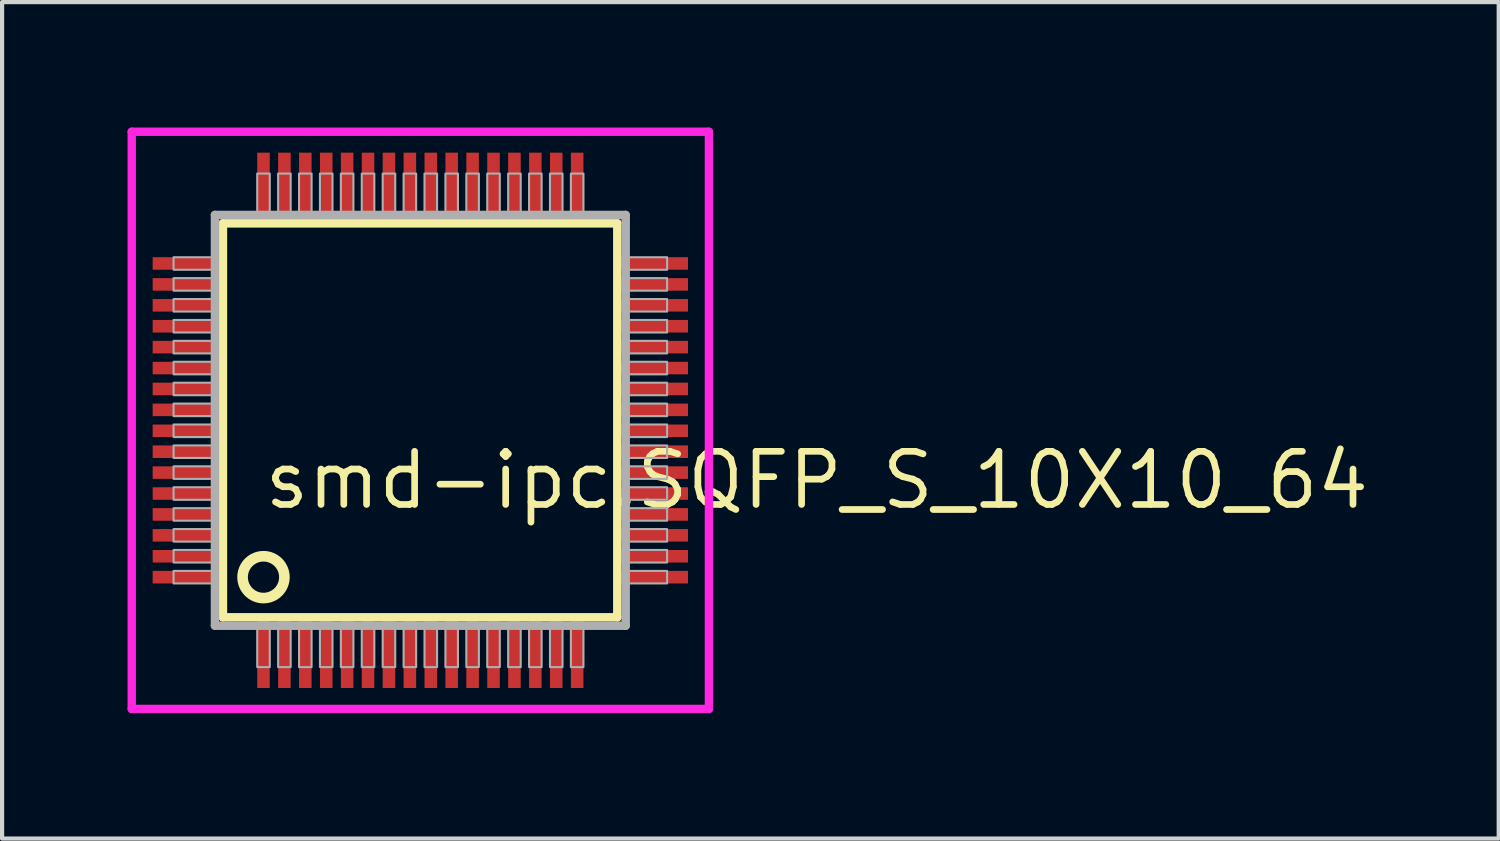
<source format=kicad_pcb>
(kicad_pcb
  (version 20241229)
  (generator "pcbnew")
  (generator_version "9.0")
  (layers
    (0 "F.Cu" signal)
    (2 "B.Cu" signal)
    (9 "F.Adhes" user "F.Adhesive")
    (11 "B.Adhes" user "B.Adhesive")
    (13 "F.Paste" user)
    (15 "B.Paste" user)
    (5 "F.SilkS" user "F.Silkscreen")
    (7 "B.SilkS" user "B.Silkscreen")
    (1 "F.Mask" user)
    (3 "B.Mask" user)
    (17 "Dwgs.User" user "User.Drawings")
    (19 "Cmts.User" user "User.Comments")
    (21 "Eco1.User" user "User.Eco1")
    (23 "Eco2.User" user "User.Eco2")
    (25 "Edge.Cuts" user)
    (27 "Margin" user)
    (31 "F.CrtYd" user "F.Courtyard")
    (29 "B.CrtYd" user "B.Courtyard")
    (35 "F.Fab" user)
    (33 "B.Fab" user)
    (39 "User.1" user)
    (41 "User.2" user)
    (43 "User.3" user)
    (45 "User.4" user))
  (footprint "smd-ipc.SQFP_S_10X10_64"
    (layer "F.Cu")
    (at 7 7)
    (property "Reference" "smd-ipc.SQFP_S_10X10_64" (at -3.81 2.175 0) (layer "F.SilkS") (effects (font (size 1.27 1.27) (thickness 0.16)) (justify left bottom)))
    (attr smd)
    (fp_line (start -4.72 -4.71) (end 4.71 -4.71) (stroke (width 0.203) (type default)) (layer "F.SilkS"))
    (fp_line (start -4.72 4.71) (end -4.72 -4.71) (stroke (width 0.203) (type default)) (layer "F.SilkS"))
    (fp_line (start 4.71 -4.71) (end 4.71 4.71) (stroke (width 0.203) (type default)) (layer "F.SilkS"))
    (fp_line (start 4.71 4.71) (end -4.72 4.71) (stroke (width 0.203) (type default)) (layer "F.SilkS"))
    (fp_circle (center -3.75 3.75) (end -3.25 3.75) (stroke (width 0.254) (type default)) (fill no) (layer "F.SilkS"))
    (fp_line (start -6.9 -6.9) (end 6.9 -6.9) (stroke (width 0.2) (type default)) (layer "F.CrtYd"))
    (fp_line (start -6.9 6.9) (end -6.9 -6.9) (stroke (width 0.2) (type default)) (layer "F.CrtYd"))
    (fp_line (start 6.9 -6.9) (end 6.9 6.9) (stroke (width 0.2) (type default)) (layer "F.CrtYd"))
    (fp_line (start 6.9 6.9) (end -6.9 6.9) (stroke (width 0.2) (type default)) (layer "F.CrtYd"))
    (fp_line (start -4.91 -4.91) (end -4.91 4.91) (stroke (width 0.203) (type default)) (layer "F.Fab"))
    (fp_line (start -4.91 4.91) (end 4.91 4.91) (stroke (width 0.203) (type default)) (layer "F.Fab"))
    (fp_line (start 4.91 -4.91) (end -4.91 -4.91) (stroke (width 0.203) (type default)) (layer "F.Fab"))
    (fp_line (start 4.91 4.91) (end 4.91 -4.91) (stroke (width 0.203) (type default)) (layer "F.Fab"))
    (fp_rect (start -5.9 -3.6) (end -4.95 -3.9) (stroke (width 0.05) (type default)) (fill no) (layer "F.Fab"))
    (fp_rect (start -5.9 -3.1) (end -4.95 -3.4) (stroke (width 0.05) (type default)) (fill no) (layer "F.Fab"))
    (fp_rect (start -5.9 -2.6) (end -4.95 -2.9) (stroke (width 0.05) (type default)) (fill no) (layer "F.Fab"))
    (fp_rect (start -5.9 -2.1) (end -4.95 -2.4) (stroke (width 0.05) (type default)) (fill no) (layer "F.Fab"))
    (fp_rect (start -5.9 -1.6) (end -4.95 -1.9) (stroke (width 0.05) (type default)) (fill no) (layer "F.Fab"))
    (fp_rect (start -5.9 -1.1) (end -4.95 -1.4) (stroke (width 0.05) (type default)) (fill no) (layer "F.Fab"))
    (fp_rect (start -5.9 -0.6) (end -4.95 -0.9) (stroke (width 0.05) (type default)) (fill no) (layer "F.Fab"))
    (fp_rect (start -5.9 -0.1) (end -4.95 -0.4) (stroke (width 0.05) (type default)) (fill no) (layer "F.Fab"))
    (fp_rect (start -5.9 0.4) (end -4.95 0.1) (stroke (width 0.05) (type default)) (fill no) (layer "F.Fab"))
    (fp_rect (start -5.9 0.9) (end -4.95 0.6) (stroke (width 0.05) (type default)) (fill no) (layer "F.Fab"))
    (fp_rect (start -5.9 1.4) (end -4.95 1.1) (stroke (width 0.05) (type default)) (fill no) (layer "F.Fab"))
    (fp_rect (start -5.9 1.9) (end -4.95 1.6) (stroke (width 0.05) (type default)) (fill no) (layer "F.Fab"))
    (fp_rect (start -5.9 2.4) (end -4.95 2.1) (stroke (width 0.05) (type default)) (fill no) (layer "F.Fab"))
    (fp_rect (start -5.9 2.9) (end -4.95 2.6) (stroke (width 0.05) (type default)) (fill no) (layer "F.Fab"))
    (fp_rect (start -5.9 3.4) (end -4.95 3.1) (stroke (width 0.05) (type default)) (fill no) (layer "F.Fab"))
    (fp_rect (start -5.9 3.9) (end -4.95 3.6) (stroke (width 0.05) (type default)) (fill no) (layer "F.Fab"))
    (fp_rect (start -3.9 -4.95) (end -3.6 -5.9) (stroke (width 0.05) (type default)) (fill no) (layer "F.Fab"))
    (fp_rect (start -3.9 5.9) (end -3.6 4.95) (stroke (width 0.05) (type default)) (fill no) (layer "F.Fab"))
    (fp_rect (start -3.4 -4.95) (end -3.1 -5.9) (stroke (width 0.05) (type default)) (fill no) (layer "F.Fab"))
    (fp_rect (start -3.4 5.9) (end -3.1 4.95) (stroke (width 0.05) (type default)) (fill no) (layer "F.Fab"))
    (fp_rect (start -2.9 -4.95) (end -2.6 -5.9) (stroke (width 0.05) (type default)) (fill no) (layer "F.Fab"))
    (fp_rect (start -2.9 5.9) (end -2.6 4.95) (stroke (width 0.05) (type default)) (fill no) (layer "F.Fab"))
    (fp_rect (start -2.4 -4.95) (end -2.1 -5.9) (stroke (width 0.05) (type default)) (fill no) (layer "F.Fab"))
    (fp_rect (start -2.4 5.9) (end -2.1 4.95) (stroke (width 0.05) (type default)) (fill no) (layer "F.Fab"))
    (fp_rect (start -1.9 -4.95) (end -1.6 -5.9) (stroke (width 0.05) (type default)) (fill no) (layer "F.Fab"))
    (fp_rect (start -1.9 5.9) (end -1.6 4.95) (stroke (width 0.05) (type default)) (fill no) (layer "F.Fab"))
    (fp_rect (start -1.4 -4.95) (end -1.1 -5.9) (stroke (width 0.05) (type default)) (fill no) (layer "F.Fab"))
    (fp_rect (start -1.4 5.9) (end -1.1 4.95) (stroke (width 0.05) (type default)) (fill no) (layer "F.Fab"))
    (fp_rect (start -0.9 -4.95) (end -0.6 -5.9) (stroke (width 0.05) (type default)) (fill no) (layer "F.Fab"))
    (fp_rect (start -0.9 5.9) (end -0.6 4.95) (stroke (width 0.05) (type default)) (fill no) (layer "F.Fab"))
    (fp_rect (start -0.4 -4.95) (end -0.1 -5.9) (stroke (width 0.05) (type default)) (fill no) (layer "F.Fab"))
    (fp_rect (start -0.4 5.9) (end -0.1 4.95) (stroke (width 0.05) (type default)) (fill no) (layer "F.Fab"))
    (fp_rect (start 0.1 -4.95) (end 0.4 -5.9) (stroke (width 0.05) (type default)) (fill no) (layer "F.Fab"))
    (fp_rect (start 0.1 5.9) (end 0.4 4.95) (stroke (width 0.05) (type default)) (fill no) (layer "F.Fab"))
    (fp_rect (start 0.6 -4.95) (end 0.9 -5.9) (stroke (width 0.05) (type default)) (fill no) (layer "F.Fab"))
    (fp_rect (start 0.6 5.9) (end 0.9 4.95) (stroke (width 0.05) (type default)) (fill no) (layer "F.Fab"))
    (fp_rect (start 1.1 -4.95) (end 1.4 -5.9) (stroke (width 0.05) (type default)) (fill no) (layer "F.Fab"))
    (fp_rect (start 1.1 5.9) (end 1.4 4.95) (stroke (width 0.05) (type default)) (fill no) (layer "F.Fab"))
    (fp_rect (start 1.6 -4.95) (end 1.9 -5.9) (stroke (width 0.05) (type default)) (fill no) (layer "F.Fab"))
    (fp_rect (start 1.6 5.9) (end 1.9 4.95) (stroke (width 0.05) (type default)) (fill no) (layer "F.Fab"))
    (fp_rect (start 2.1 -4.95) (end 2.4 -5.9) (stroke (width 0.05) (type default)) (fill no) (layer "F.Fab"))
    (fp_rect (start 2.1 5.9) (end 2.4 4.95) (stroke (width 0.05) (type default)) (fill no) (layer "F.Fab"))
    (fp_rect (start 2.6 -4.95) (end 2.9 -5.9) (stroke (width 0.05) (type default)) (fill no) (layer "F.Fab"))
    (fp_rect (start 2.6 5.9) (end 2.9 4.95) (stroke (width 0.05) (type default)) (fill no) (layer "F.Fab"))
    (fp_rect (start 3.1 -4.95) (end 3.4 -5.9) (stroke (width 0.05) (type default)) (fill no) (layer "F.Fab"))
    (fp_rect (start 3.1 5.9) (end 3.4 4.95) (stroke (width 0.05) (type default)) (fill no) (layer "F.Fab"))
    (fp_rect (start 3.6 -4.95) (end 3.9 -5.9) (stroke (width 0.05) (type default)) (fill no) (layer "F.Fab"))
    (fp_rect (start 3.6 5.9) (end 3.9 4.95) (stroke (width 0.05) (type default)) (fill no) (layer "F.Fab"))
    (fp_rect (start 4.95 -3.6) (end 5.9 -3.9) (stroke (width 0.05) (type default)) (fill no) (layer "F.Fab"))
    (fp_rect (start 4.95 -3.1) (end 5.9 -3.4) (stroke (width 0.05) (type default)) (fill no) (layer "F.Fab"))
    (fp_rect (start 4.95 -2.6) (end 5.9 -2.9) (stroke (width 0.05) (type default)) (fill no) (layer "F.Fab"))
    (fp_rect (start 4.95 -2.1) (end 5.9 -2.4) (stroke (width 0.05) (type default)) (fill no) (layer "F.Fab"))
    (fp_rect (start 4.95 -1.6) (end 5.9 -1.9) (stroke (width 0.05) (type default)) (fill no) (layer "F.Fab"))
    (fp_rect (start 4.95 -1.1) (end 5.9 -1.4) (stroke (width 0.05) (type default)) (fill no) (layer "F.Fab"))
    (fp_rect (start 4.95 -0.6) (end 5.9 -0.9) (stroke (width 0.05) (type default)) (fill no) (layer "F.Fab"))
    (fp_rect (start 4.95 -0.1) (end 5.9 -0.4) (stroke (width 0.05) (type default)) (fill no) (layer "F.Fab"))
    (fp_rect (start 4.95 0.4) (end 5.9 0.1) (stroke (width 0.05) (type default)) (fill no) (layer "F.Fab"))
    (fp_rect (start 4.95 0.9) (end 5.9 0.6) (stroke (width 0.05) (type default)) (fill no) (layer "F.Fab"))
    (fp_rect (start 4.95 1.4) (end 5.9 1.1) (stroke (width 0.05) (type default)) (fill no) (layer "F.Fab"))
    (fp_rect (start 4.95 1.9) (end 5.9 1.6) (stroke (width 0.05) (type default)) (fill no) (layer "F.Fab"))
    (fp_rect (start 4.95 2.4) (end 5.9 2.1) (stroke (width 0.05) (type default)) (fill no) (layer "F.Fab"))
    (fp_rect (start 4.95 2.9) (end 5.9 2.6) (stroke (width 0.05) (type default)) (fill no) (layer "F.Fab"))
    (fp_rect (start 4.95 3.4) (end 5.9 3.1) (stroke (width 0.05) (type default)) (fill no) (layer "F.Fab"))
    (fp_rect (start 4.95 3.9) (end 5.9 3.6) (stroke (width 0.05) (type default)) (fill no) (layer "F.Fab"))
    (pad "1" smd roundrect (at -3.75 5.6) (size 0.3 1.6) (layers "F.Cu" "F.Mask" "F.Paste") (roundrect_rratio 0.01))
    (pad "2" smd roundrect (at -3.25 5.6) (size 0.3 1.6) (layers "F.Cu" "F.Mask" "F.Paste") (roundrect_rratio 0.01))
    (pad "3" smd roundrect (at -2.75 5.6) (size 0.3 1.6) (layers "F.Cu" "F.Mask" "F.Paste") (roundrect_rratio 0.01))
    (pad "4" smd roundrect (at -2.25 5.6) (size 0.3 1.6) (layers "F.Cu" "F.Mask" "F.Paste") (roundrect_rratio 0.01))
    (pad "5" smd roundrect (at -1.75 5.6) (size 0.3 1.6) (layers "F.Cu" "F.Mask" "F.Paste") (roundrect_rratio 0.01))
    (pad "6" smd roundrect (at -1.25 5.6) (size 0.3 1.6) (layers "F.Cu" "F.Mask" "F.Paste") (roundrect_rratio 0.01))
    (pad "7" smd roundrect (at -0.75 5.6) (size 0.3 1.6) (layers "F.Cu" "F.Mask" "F.Paste") (roundrect_rratio 0.01))
    (pad "8" smd roundrect (at -0.25 5.6) (size 0.3 1.6) (layers "F.Cu" "F.Mask" "F.Paste") (roundrect_rratio 0.01))
    (pad "9" smd roundrect (at 0.25 5.6) (size 0.3 1.6) (layers "F.Cu" "F.Mask" "F.Paste") (roundrect_rratio 0.01))
    (pad "10" smd roundrect (at 0.75 5.6) (size 0.3 1.6) (layers "F.Cu" "F.Mask" "F.Paste") (roundrect_rratio 0.01))
    (pad "11" smd roundrect (at 1.25 5.6) (size 0.3 1.6) (layers "F.Cu" "F.Mask" "F.Paste") (roundrect_rratio 0.01))
    (pad "12" smd roundrect (at 1.75 5.6) (size 0.3 1.6) (layers "F.Cu" "F.Mask" "F.Paste") (roundrect_rratio 0.01))
    (pad "13" smd roundrect (at 2.25 5.6) (size 0.3 1.6) (layers "F.Cu" "F.Mask" "F.Paste") (roundrect_rratio 0.01))
    (pad "14" smd roundrect (at 2.75 5.6) (size 0.3 1.6) (layers "F.Cu" "F.Mask" "F.Paste") (roundrect_rratio 0.01))
    (pad "15" smd roundrect (at 3.25 5.6) (size 0.3 1.6) (layers "F.Cu" "F.Mask" "F.Paste") (roundrect_rratio 0.01))
    (pad "16" smd roundrect (at 3.75 5.6) (size 0.3 1.6) (layers "F.Cu" "F.Mask" "F.Paste") (roundrect_rratio 0.01))
    (pad "17" smd roundrect (at 5.6 3.75) (size 1.6 0.3) (layers "F.Cu" "F.Mask" "F.Paste") (roundrect_rratio 0.01))
    (pad "18" smd roundrect (at 5.6 3.25) (size 1.6 0.3) (layers "F.Cu" "F.Mask" "F.Paste") (roundrect_rratio 0.01))
    (pad "19" smd roundrect (at 5.6 2.75) (size 1.6 0.3) (layers "F.Cu" "F.Mask" "F.Paste") (roundrect_rratio 0.01))
    (pad "20" smd roundrect (at 5.6 2.25) (size 1.6 0.3) (layers "F.Cu" "F.Mask" "F.Paste") (roundrect_rratio 0.01))
    (pad "21" smd roundrect (at 5.6 1.75) (size 1.6 0.3) (layers "F.Cu" "F.Mask" "F.Paste") (roundrect_rratio 0.01))
    (pad "22" smd roundrect (at 5.6 1.25) (size 1.6 0.3) (layers "F.Cu" "F.Mask" "F.Paste") (roundrect_rratio 0.01))
    (pad "23" smd roundrect (at 5.6 0.75) (size 1.6 0.3) (layers "F.Cu" "F.Mask" "F.Paste") (roundrect_rratio 0.01))
    (pad "24" smd roundrect (at 5.6 0.25) (size 1.6 0.3) (layers "F.Cu" "F.Mask" "F.Paste") (roundrect_rratio 0.01))
    (pad "25" smd roundrect (at 5.6 -0.25) (size 1.6 0.3) (layers "F.Cu" "F.Mask" "F.Paste") (roundrect_rratio 0.01))
    (pad "26" smd roundrect (at 5.6 -0.75) (size 1.6 0.3) (layers "F.Cu" "F.Mask" "F.Paste") (roundrect_rratio 0.01))
    (pad "27" smd roundrect (at 5.6 -1.25) (size 1.6 0.3) (layers "F.Cu" "F.Mask" "F.Paste") (roundrect_rratio 0.01))
    (pad "28" smd roundrect (at 5.6 -1.75) (size 1.6 0.3) (layers "F.Cu" "F.Mask" "F.Paste") (roundrect_rratio 0.01))
    (pad "29" smd roundrect (at 5.6 -2.25) (size 1.6 0.3) (layers "F.Cu" "F.Mask" "F.Paste") (roundrect_rratio 0.01))
    (pad "30" smd roundrect (at 5.6 -2.75) (size 1.6 0.3) (layers "F.Cu" "F.Mask" "F.Paste") (roundrect_rratio 0.01))
    (pad "31" smd roundrect (at 5.6 -3.25) (size 1.6 0.3) (layers "F.Cu" "F.Mask" "F.Paste") (roundrect_rratio 0.01))
    (pad "32" smd roundrect (at 5.6 -3.75) (size 1.6 0.3) (layers "F.Cu" "F.Mask" "F.Paste") (roundrect_rratio 0.01))
    (pad "33" smd roundrect (at 3.75 -5.6) (size 0.3 1.6) (layers "F.Cu" "F.Mask" "F.Paste") (roundrect_rratio 0.01))
    (pad "34" smd roundrect (at 3.25 -5.6) (size 0.3 1.6) (layers "F.Cu" "F.Mask" "F.Paste") (roundrect_rratio 0.01))
    (pad "35" smd roundrect (at 2.75 -5.6) (size 0.3 1.6) (layers "F.Cu" "F.Mask" "F.Paste") (roundrect_rratio 0.01))
    (pad "36" smd roundrect (at 2.25 -5.6) (size 0.3 1.6) (layers "F.Cu" "F.Mask" "F.Paste") (roundrect_rratio 0.01))
    (pad "37" smd roundrect (at 1.75 -5.6) (size 0.3 1.6) (layers "F.Cu" "F.Mask" "F.Paste") (roundrect_rratio 0.01))
    (pad "38" smd roundrect (at 1.25 -5.6) (size 0.3 1.6) (layers "F.Cu" "F.Mask" "F.Paste") (roundrect_rratio 0.01))
    (pad "39" smd roundrect (at 0.75 -5.6) (size 0.3 1.6) (layers "F.Cu" "F.Mask" "F.Paste") (roundrect_rratio 0.01))
    (pad "40" smd roundrect (at 0.25 -5.6) (size 0.3 1.6) (layers "F.Cu" "F.Mask" "F.Paste") (roundrect_rratio 0.01))
    (pad "41" smd roundrect (at -0.25 -5.6) (size 0.3 1.6) (layers "F.Cu" "F.Mask" "F.Paste") (roundrect_rratio 0.01))
    (pad "42" smd roundrect (at -0.75 -5.6) (size 0.3 1.6) (layers "F.Cu" "F.Mask" "F.Paste") (roundrect_rratio 0.01))
    (pad "43" smd roundrect (at -1.25 -5.6) (size 0.3 1.6) (layers "F.Cu" "F.Mask" "F.Paste") (roundrect_rratio 0.01))
    (pad "44" smd roundrect (at -1.75 -5.6) (size 0.3 1.6) (layers "F.Cu" "F.Mask" "F.Paste") (roundrect_rratio 0.01))
    (pad "45" smd roundrect (at -2.25 -5.6) (size 0.3 1.6) (layers "F.Cu" "F.Mask" "F.Paste") (roundrect_rratio 0.01))
    (pad "46" smd roundrect (at -2.75 -5.6) (size 0.3 1.6) (layers "F.Cu" "F.Mask" "F.Paste") (roundrect_rratio 0.01))
    (pad "47" smd roundrect (at -3.25 -5.6) (size 0.3 1.6) (layers "F.Cu" "F.Mask" "F.Paste") (roundrect_rratio 0.01))
    (pad "48" smd roundrect (at -3.75 -5.6) (size 0.3 1.6) (layers "F.Cu" "F.Mask" "F.Paste") (roundrect_rratio 0.01))
    (pad "49" smd roundrect (at -5.6 -3.75) (size 1.6 0.3) (layers "F.Cu" "F.Mask" "F.Paste") (roundrect_rratio 0.01))
    (pad "50" smd roundrect (at -5.6 -3.25) (size 1.6 0.3) (layers "F.Cu" "F.Mask" "F.Paste") (roundrect_rratio 0.01))
    (pad "51" smd roundrect (at -5.6 -2.75) (size 1.6 0.3) (layers "F.Cu" "F.Mask" "F.Paste") (roundrect_rratio 0.01))
    (pad "52" smd roundrect (at -5.6 -2.25) (size 1.6 0.3) (layers "F.Cu" "F.Mask" "F.Paste") (roundrect_rratio 0.01))
    (pad "53" smd roundrect (at -5.6 -1.75) (size 1.6 0.3) (layers "F.Cu" "F.Mask" "F.Paste") (roundrect_rratio 0.01))
    (pad "54" smd roundrect (at -5.6 -1.25) (size 1.6 0.3) (layers "F.Cu" "F.Mask" "F.Paste") (roundrect_rratio 0.01))
    (pad "55" smd roundrect (at -5.6 -0.75) (size 1.6 0.3) (layers "F.Cu" "F.Mask" "F.Paste") (roundrect_rratio 0.01))
    (pad "56" smd roundrect (at -5.6 -0.25) (size 1.6 0.3) (layers "F.Cu" "F.Mask" "F.Paste") (roundrect_rratio 0.01))
    (pad "57" smd roundrect (at -5.6 0.25) (size 1.6 0.3) (layers "F.Cu" "F.Mask" "F.Paste") (roundrect_rratio 0.01))
    (pad "58" smd roundrect (at -5.6 0.75) (size 1.6 0.3) (layers "F.Cu" "F.Mask" "F.Paste") (roundrect_rratio 0.01))
    (pad "59" smd roundrect (at -5.6 1.25) (size 1.6 0.3) (layers "F.Cu" "F.Mask" "F.Paste") (roundrect_rratio 0.01))
    (pad "60" smd roundrect (at -5.6 1.75) (size 1.6 0.3) (layers "F.Cu" "F.Mask" "F.Paste") (roundrect_rratio 0.01))
    (pad "61" smd roundrect (at -5.6 2.25) (size 1.6 0.3) (layers "F.Cu" "F.Mask" "F.Paste") (roundrect_rratio 0.01))
    (pad "62" smd roundrect (at -5.6 2.75) (size 1.6 0.3) (layers "F.Cu" "F.Mask" "F.Paste") (roundrect_rratio 0.01))
    (pad "63" smd roundrect (at -5.6 3.25) (size 1.6 0.3) (layers "F.Cu" "F.Mask" "F.Paste") (roundrect_rratio 0.01))
    (pad "64" smd roundrect (at -5.6 3.75) (size 1.6 0.3) (layers "F.Cu" "F.Mask" "F.Paste") (roundrect_rratio 0.01)))
  (gr_rect
    (start -3 -3)
    (end 32.784 17)
    (stroke (width 0.1) (type default))
    (fill no)
    (layer "Edge.Cuts")))
</source>
